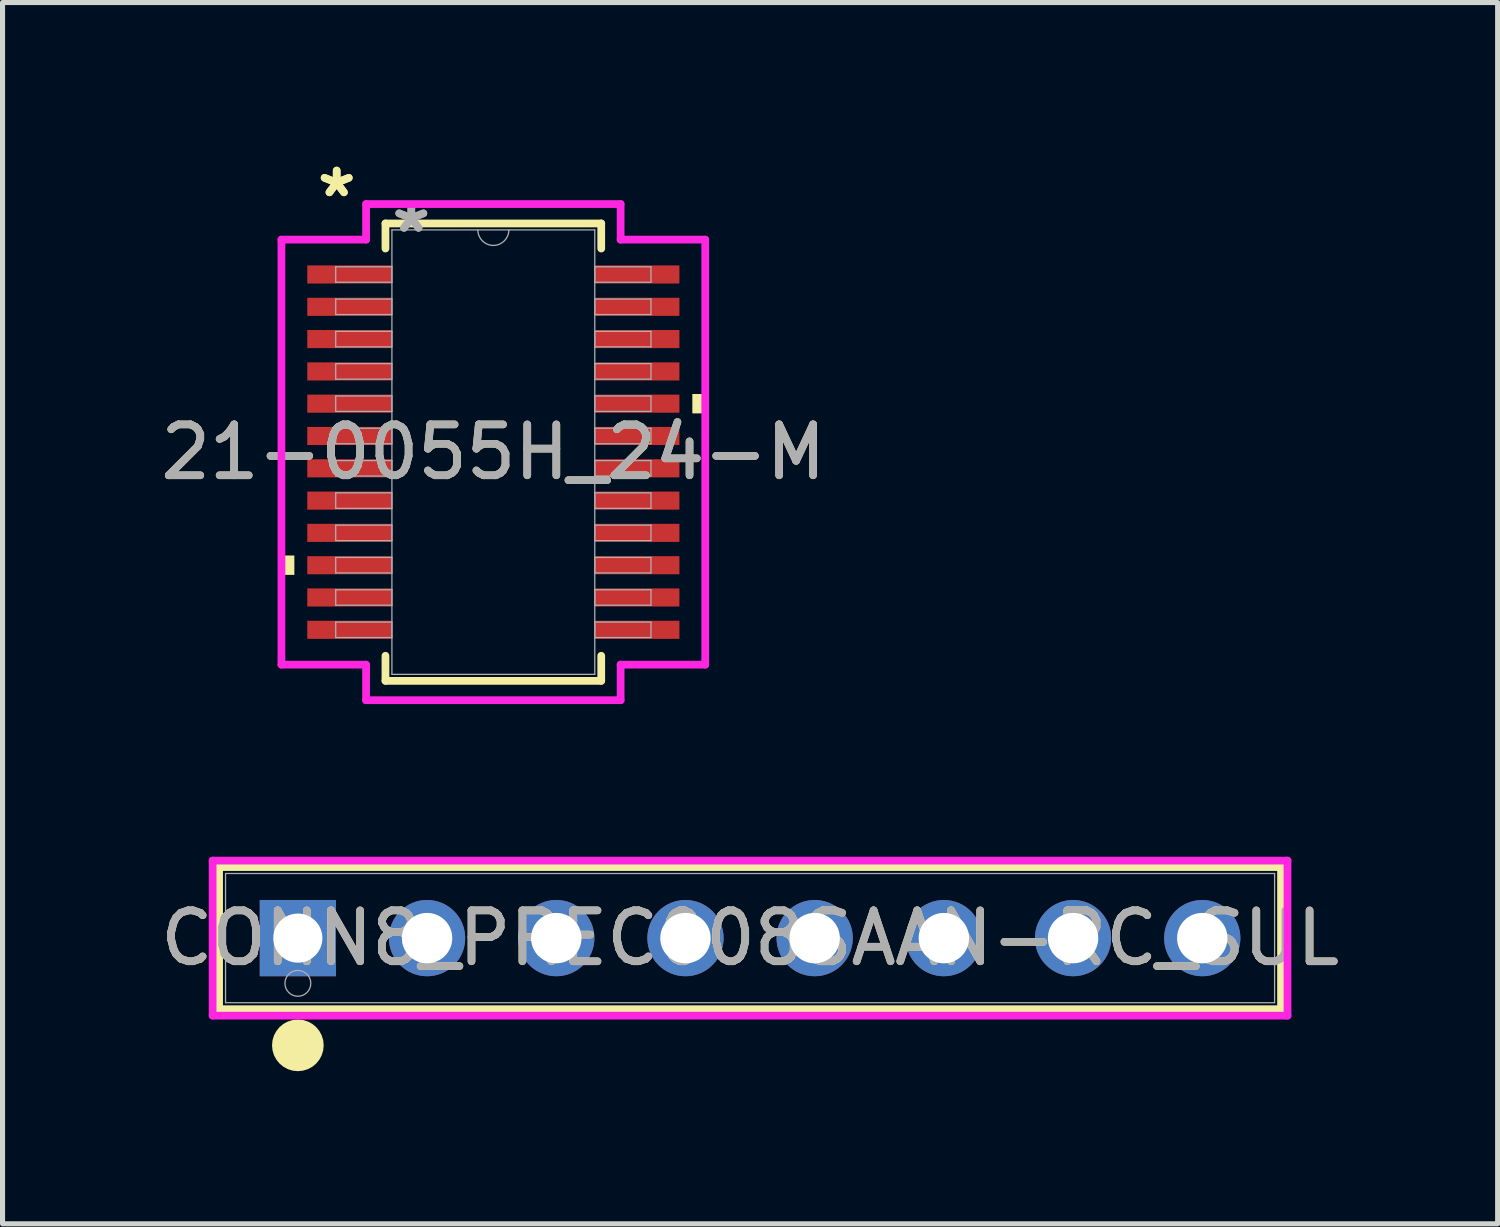
<source format=kicad_pcb>
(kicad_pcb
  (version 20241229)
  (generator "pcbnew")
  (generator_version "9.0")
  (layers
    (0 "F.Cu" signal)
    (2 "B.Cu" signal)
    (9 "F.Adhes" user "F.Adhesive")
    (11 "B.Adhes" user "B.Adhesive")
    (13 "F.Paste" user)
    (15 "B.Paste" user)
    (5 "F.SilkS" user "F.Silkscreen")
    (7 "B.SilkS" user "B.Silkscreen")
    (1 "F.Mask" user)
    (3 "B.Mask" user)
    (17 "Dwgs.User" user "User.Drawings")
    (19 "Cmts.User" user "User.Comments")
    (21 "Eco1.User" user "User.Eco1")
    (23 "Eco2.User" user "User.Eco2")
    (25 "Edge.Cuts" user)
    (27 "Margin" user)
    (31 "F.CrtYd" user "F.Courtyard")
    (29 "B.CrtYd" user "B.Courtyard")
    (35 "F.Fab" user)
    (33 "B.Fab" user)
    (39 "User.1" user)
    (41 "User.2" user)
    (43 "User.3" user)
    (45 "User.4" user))
  (footprint "21-0055H_24-M"
    (layer "F.Cu")
    (at 6.649 5.839)
    (property "Reference" "21-0055H_24-M" (at 0 0 0) (unlocked yes) (layer "F.SilkS") (effects (font (size 1 1) (thickness 0.15))))
    (attr smd)
    (fp_line (start -2.121 -4.496) (end -2.121 -4.003) (stroke (width 0.152) (type solid)) (layer "F.SilkS"))
    (fp_line (start -2.121 4.003) (end -2.121 4.496) (stroke (width 0.152) (type solid)) (layer "F.SilkS"))
    (fp_line (start -2.121 4.496) (end 2.121 4.496) (stroke (width 0.152) (type solid)) (layer "F.SilkS"))
    (fp_line (start 2.121 -4.496) (end -2.121 -4.496) (stroke (width 0.152) (type solid)) (layer "F.SilkS"))
    (fp_line (start 2.121 -4.003) (end 2.121 -4.496) (stroke (width 0.152) (type solid)) (layer "F.SilkS"))
    (fp_line (start 2.121 4.496) (end 2.121 4.003) (stroke (width 0.152) (type solid)) (layer "F.SilkS"))
    (fp_poly (pts (xy -4.166 2.032) (xy -4.166 2.413) (xy -3.912 2.413) (xy -3.912 2.032)) (stroke (width 0) (type solid)) (fill yes) (layer "F.SilkS"))
    (fp_poly (pts (xy 4.166 -1.143) (xy 4.166 -0.762) (xy 3.912 -0.762) (xy 3.912 -1.143)) (stroke (width 0) (type solid)) (fill yes) (layer "F.SilkS"))
    (fp_line (start -4.166 -4.178) (end -2.502 -4.178) (stroke (width 0.152) (type solid)) (layer "F.CrtYd"))
    (fp_line (start -4.166 4.178) (end -4.166 -4.178) (stroke (width 0.152) (type solid)) (layer "F.CrtYd"))
    (fp_line (start -4.166 4.178) (end -2.502 4.178) (stroke (width 0.152) (type solid)) (layer "F.CrtYd"))
    (fp_line (start -2.502 -4.877) (end 2.502 -4.877) (stroke (width 0.152) (type solid)) (layer "F.CrtYd"))
    (fp_line (start -2.502 -4.178) (end -2.502 -4.877) (stroke (width 0.152) (type solid)) (layer "F.CrtYd"))
    (fp_line (start -2.502 4.877) (end -2.502 4.178) (stroke (width 0.152) (type solid)) (layer "F.CrtYd"))
    (fp_line (start 2.502 -4.877) (end 2.502 -4.178) (stroke (width 0.152) (type solid)) (layer "F.CrtYd"))
    (fp_line (start 2.502 4.178) (end 2.502 4.877) (stroke (width 0.152) (type solid)) (layer "F.CrtYd"))
    (fp_line (start 2.502 4.877) (end -2.502 4.877) (stroke (width 0.152) (type solid)) (layer "F.CrtYd"))
    (fp_line (start 4.166 -4.178) (end 2.502 -4.178) (stroke (width 0.152) (type solid)) (layer "F.CrtYd"))
    (fp_line (start 4.166 -4.178) (end 4.166 4.178) (stroke (width 0.152) (type solid)) (layer "F.CrtYd"))
    (fp_line (start 4.166 4.178) (end 2.502 4.178) (stroke (width 0.152) (type solid)) (layer "F.CrtYd"))
    (fp_line (start -3.099 -3.645) (end -3.099 -3.34) (stroke (width 0.025) (type solid)) (layer "F.Fab"))
    (fp_line (start -3.099 -3.34) (end -1.994 -3.34) (stroke (width 0.025) (type solid)) (layer "F.Fab"))
    (fp_line (start -3.099 -3.01) (end -3.099 -2.705) (stroke (width 0.025) (type solid)) (layer "F.Fab"))
    (fp_line (start -3.099 -2.705) (end -1.994 -2.705) (stroke (width 0.025) (type solid)) (layer "F.Fab"))
    (fp_line (start -3.099 -2.375) (end -3.099 -2.07) (stroke (width 0.025) (type solid)) (layer "F.Fab"))
    (fp_line (start -3.099 -2.07) (end -1.994 -2.07) (stroke (width 0.025) (type solid)) (layer "F.Fab"))
    (fp_line (start -3.099 -1.74) (end -3.099 -1.435) (stroke (width 0.025) (type solid)) (layer "F.Fab"))
    (fp_line (start -3.099 -1.435) (end -1.994 -1.435) (stroke (width 0.025) (type solid)) (layer "F.Fab"))
    (fp_line (start -3.099 -1.105) (end -3.099 -0.8) (stroke (width 0.025) (type solid)) (layer "F.Fab"))
    (fp_line (start -3.099 -0.8) (end -1.994 -0.8) (stroke (width 0.025) (type solid)) (layer "F.Fab"))
    (fp_line (start -3.099 -0.47) (end -3.099 -0.165) (stroke (width 0.025) (type solid)) (layer "F.Fab"))
    (fp_line (start -3.099 -0.165) (end -1.994 -0.165) (stroke (width 0.025) (type solid)) (layer "F.Fab"))
    (fp_line (start -3.099 0.165) (end -3.099 0.47) (stroke (width 0.025) (type solid)) (layer "F.Fab"))
    (fp_line (start -3.099 0.47) (end -1.994 0.47) (stroke (width 0.025) (type solid)) (layer "F.Fab"))
    (fp_line (start -3.099 0.8) (end -3.099 1.105) (stroke (width 0.025) (type solid)) (layer "F.Fab"))
    (fp_line (start -3.099 1.105) (end -1.994 1.105) (stroke (width 0.025) (type solid)) (layer "F.Fab"))
    (fp_line (start -3.099 1.435) (end -3.099 1.74) (stroke (width 0.025) (type solid)) (layer "F.Fab"))
    (fp_line (start -3.099 1.74) (end -1.994 1.74) (stroke (width 0.025) (type solid)) (layer "F.Fab"))
    (fp_line (start -3.099 2.07) (end -3.099 2.375) (stroke (width 0.025) (type solid)) (layer "F.Fab"))
    (fp_line (start -3.099 2.375) (end -1.994 2.375) (stroke (width 0.025) (type solid)) (layer "F.Fab"))
    (fp_line (start -3.099 2.705) (end -3.099 3.01) (stroke (width 0.025) (type solid)) (layer "F.Fab"))
    (fp_line (start -3.099 3.01) (end -1.994 3.01) (stroke (width 0.025) (type solid)) (layer "F.Fab"))
    (fp_line (start -3.099 3.34) (end -3.099 3.645) (stroke (width 0.025) (type solid)) (layer "F.Fab"))
    (fp_line (start -3.099 3.645) (end -1.994 3.645) (stroke (width 0.025) (type solid)) (layer "F.Fab"))
    (fp_line (start -1.994 -4.369) (end -1.994 4.369) (stroke (width 0.025) (type solid)) (layer "F.Fab"))
    (fp_line (start -1.994 -3.645) (end -3.099 -3.645) (stroke (width 0.025) (type solid)) (layer "F.Fab"))
    (fp_line (start -1.994 -3.34) (end -1.994 -3.645) (stroke (width 0.025) (type solid)) (layer "F.Fab"))
    (fp_line (start -1.994 -3.01) (end -3.099 -3.01) (stroke (width 0.025) (type solid)) (layer "F.Fab"))
    (fp_line (start -1.994 -2.705) (end -1.994 -3.01) (stroke (width 0.025) (type solid)) (layer "F.Fab"))
    (fp_line (start -1.994 -2.375) (end -3.099 -2.375) (stroke (width 0.025) (type solid)) (layer "F.Fab"))
    (fp_line (start -1.994 -2.07) (end -1.994 -2.375) (stroke (width 0.025) (type solid)) (layer "F.Fab"))
    (fp_line (start -1.994 -1.74) (end -3.099 -1.74) (stroke (width 0.025) (type solid)) (layer "F.Fab"))
    (fp_line (start -1.994 -1.435) (end -1.994 -1.74) (stroke (width 0.025) (type solid)) (layer "F.Fab"))
    (fp_line (start -1.994 -1.105) (end -3.099 -1.105) (stroke (width 0.025) (type solid)) (layer "F.Fab"))
    (fp_line (start -1.994 -0.8) (end -1.994 -1.105) (stroke (width 0.025) (type solid)) (layer "F.Fab"))
    (fp_line (start -1.994 -0.47) (end -3.099 -0.47) (stroke (width 0.025) (type solid)) (layer "F.Fab"))
    (fp_line (start -1.994 -0.165) (end -1.994 -0.47) (stroke (width 0.025) (type solid)) (layer "F.Fab"))
    (fp_line (start -1.994 0.165) (end -3.099 0.165) (stroke (width 0.025) (type solid)) (layer "F.Fab"))
    (fp_line (start -1.994 0.47) (end -1.994 0.165) (stroke (width 0.025) (type solid)) (layer "F.Fab"))
    (fp_line (start -1.994 0.8) (end -3.099 0.8) (stroke (width 0.025) (type solid)) (layer "F.Fab"))
    (fp_line (start -1.994 1.105) (end -1.994 0.8) (stroke (width 0.025) (type solid)) (layer "F.Fab"))
    (fp_line (start -1.994 1.435) (end -3.099 1.435) (stroke (width 0.025) (type solid)) (layer "F.Fab"))
    (fp_line (start -1.994 1.74) (end -1.994 1.435) (stroke (width 0.025) (type solid)) (layer "F.Fab"))
    (fp_line (start -1.994 2.07) (end -3.099 2.07) (stroke (width 0.025) (type solid)) (layer "F.Fab"))
    (fp_line (start -1.994 2.375) (end -1.994 2.07) (stroke (width 0.025) (type solid)) (layer "F.Fab"))
    (fp_line (start -1.994 2.705) (end -3.099 2.705) (stroke (width 0.025) (type solid)) (layer "F.Fab"))
    (fp_line (start -1.994 3.01) (end -1.994 2.705) (stroke (width 0.025) (type solid)) (layer "F.Fab"))
    (fp_line (start -1.994 3.34) (end -3.099 3.34) (stroke (width 0.025) (type solid)) (layer "F.Fab"))
    (fp_line (start -1.994 3.645) (end -1.994 3.34) (stroke (width 0.025) (type solid)) (layer "F.Fab"))
    (fp_line (start -1.994 4.369) (end 1.994 4.369) (stroke (width 0.025) (type solid)) (layer "F.Fab"))
    (fp_line (start 1.994 -4.369) (end -1.994 -4.369) (stroke (width 0.025) (type solid)) (layer "F.Fab"))
    (fp_line (start 1.994 -3.645) (end 1.994 -3.34) (stroke (width 0.025) (type solid)) (layer "F.Fab"))
    (fp_line (start 1.994 -3.34) (end 3.099 -3.34) (stroke (width 0.025) (type solid)) (layer "F.Fab"))
    (fp_line (start 1.994 -3.01) (end 1.994 -2.705) (stroke (width 0.025) (type solid)) (layer "F.Fab"))
    (fp_line (start 1.994 -2.705) (end 3.099 -2.705) (stroke (width 0.025) (type solid)) (layer "F.Fab"))
    (fp_line (start 1.994 -2.375) (end 1.994 -2.07) (stroke (width 0.025) (type solid)) (layer "F.Fab"))
    (fp_line (start 1.994 -2.07) (end 3.099 -2.07) (stroke (width 0.025) (type solid)) (layer "F.Fab"))
    (fp_line (start 1.994 -1.74) (end 1.994 -1.435) (stroke (width 0.025) (type solid)) (layer "F.Fab"))
    (fp_line (start 1.994 -1.435) (end 3.099 -1.435) (stroke (width 0.025) (type solid)) (layer "F.Fab"))
    (fp_line (start 1.994 -1.105) (end 1.994 -0.8) (stroke (width 0.025) (type solid)) (layer "F.Fab"))
    (fp_line (start 1.994 -0.8) (end 3.099 -0.8) (stroke (width 0.025) (type solid)) (layer "F.Fab"))
    (fp_line (start 1.994 -0.47) (end 1.994 -0.165) (stroke (width 0.025) (type solid)) (layer "F.Fab"))
    (fp_line (start 1.994 -0.165) (end 3.099 -0.165) (stroke (width 0.025) (type solid)) (layer "F.Fab"))
    (fp_line (start 1.994 0.165) (end 1.994 0.47) (stroke (width 0.025) (type solid)) (layer "F.Fab"))
    (fp_line (start 1.994 0.47) (end 3.099 0.47) (stroke (width 0.025) (type solid)) (layer "F.Fab"))
    (fp_line (start 1.994 0.8) (end 1.994 1.105) (stroke (width 0.025) (type solid)) (layer "F.Fab"))
    (fp_line (start 1.994 1.105) (end 3.099 1.105) (stroke (width 0.025) (type solid)) (layer "F.Fab"))
    (fp_line (start 1.994 1.435) (end 1.994 1.74) (stroke (width 0.025) (type solid)) (layer "F.Fab"))
    (fp_line (start 1.994 1.74) (end 3.099 1.74) (stroke (width 0.025) (type solid)) (layer "F.Fab"))
    (fp_line (start 1.994 2.07) (end 1.994 2.375) (stroke (width 0.025) (type solid)) (layer "F.Fab"))
    (fp_line (start 1.994 2.375) (end 3.099 2.375) (stroke (width 0.025) (type solid)) (layer "F.Fab"))
    (fp_line (start 1.994 2.705) (end 1.994 3.01) (stroke (width 0.025) (type solid)) (layer "F.Fab"))
    (fp_line (start 1.994 3.01) (end 3.099 3.01) (stroke (width 0.025) (type solid)) (layer "F.Fab"))
    (fp_line (start 1.994 3.34) (end 1.994 3.645) (stroke (width 0.025) (type solid)) (layer "F.Fab"))
    (fp_line (start 1.994 3.645) (end 3.099 3.645) (stroke (width 0.025) (type solid)) (layer "F.Fab"))
    (fp_line (start 1.994 4.369) (end 1.994 -4.369) (stroke (width 0.025) (type solid)) (layer "F.Fab"))
    (fp_line (start 3.099 -3.645) (end 1.994 -3.645) (stroke (width 0.025) (type solid)) (layer "F.Fab"))
    (fp_line (start 3.099 -3.34) (end 3.099 -3.645) (stroke (width 0.025) (type solid)) (layer "F.Fab"))
    (fp_line (start 3.099 -3.01) (end 1.994 -3.01) (stroke (width 0.025) (type solid)) (layer "F.Fab"))
    (fp_line (start 3.099 -2.705) (end 3.099 -3.01) (stroke (width 0.025) (type solid)) (layer "F.Fab"))
    (fp_line (start 3.099 -2.375) (end 1.994 -2.375) (stroke (width 0.025) (type solid)) (layer "F.Fab"))
    (fp_line (start 3.099 -2.07) (end 3.099 -2.375) (stroke (width 0.025) (type solid)) (layer "F.Fab"))
    (fp_line (start 3.099 -1.74) (end 1.994 -1.74) (stroke (width 0.025) (type solid)) (layer "F.Fab"))
    (fp_line (start 3.099 -1.435) (end 3.099 -1.74) (stroke (width 0.025) (type solid)) (layer "F.Fab"))
    (fp_line (start 3.099 -1.105) (end 1.994 -1.105) (stroke (width 0.025) (type solid)) (layer "F.Fab"))
    (fp_line (start 3.099 -0.8) (end 3.099 -1.105) (stroke (width 0.025) (type solid)) (layer "F.Fab"))
    (fp_line (start 3.099 -0.47) (end 1.994 -0.47) (stroke (width 0.025) (type solid)) (layer "F.Fab"))
    (fp_line (start 3.099 -0.165) (end 3.099 -0.47) (stroke (width 0.025) (type solid)) (layer "F.Fab"))
    (fp_line (start 3.099 0.165) (end 1.994 0.165) (stroke (width 0.025) (type solid)) (layer "F.Fab"))
    (fp_line (start 3.099 0.47) (end 3.099 0.165) (stroke (width 0.025) (type solid)) (layer "F.Fab"))
    (fp_line (start 3.099 0.8) (end 1.994 0.8) (stroke (width 0.025) (type solid)) (layer "F.Fab"))
    (fp_line (start 3.099 1.105) (end 3.099 0.8) (stroke (width 0.025) (type solid)) (layer "F.Fab"))
    (fp_line (start 3.099 1.435) (end 1.994 1.435) (stroke (width 0.025) (type solid)) (layer "F.Fab"))
    (fp_line (start 3.099 1.74) (end 3.099 1.435) (stroke (width 0.025) (type solid)) (layer "F.Fab"))
    (fp_line (start 3.099 2.07) (end 1.994 2.07) (stroke (width 0.025) (type solid)) (layer "F.Fab"))
    (fp_line (start 3.099 2.375) (end 3.099 2.07) (stroke (width 0.025) (type solid)) (layer "F.Fab"))
    (fp_line (start 3.099 2.705) (end 1.994 2.705) (stroke (width 0.025) (type solid)) (layer "F.Fab"))
    (fp_line (start 3.099 3.01) (end 3.099 2.705) (stroke (width 0.025) (type solid)) (layer "F.Fab"))
    (fp_line (start 3.099 3.34) (end 1.994 3.34) (stroke (width 0.025) (type solid)) (layer "F.Fab"))
    (fp_line (start 3.099 3.645) (end 3.099 3.34) (stroke (width 0.025) (type solid)) (layer "F.Fab"))
    (fp_arc (start 0.3048 -4.3688) (mid 0 -4.064) (end -0.3048 -4.3688) (stroke (width 0.0254) (type solid)) (layer "F.Fab"))
    (fp_text user "*" (at -3.08 -4.991 0) (unlocked yes) (layer "F.SilkS") (effects (font (size 1 1) (thickness 0.15))))
    (fp_text user "*" (at -3.08 -4.991 0) (layer "F.SilkS") (effects (font (size 1 1) (thickness 0.15))))
    (fp_text user "*" (at -1.613 -4.293 0) (unlocked yes) (layer "F.Fab") (effects (font (size 1 1) (thickness 0.15))))
    (fp_text user "${REFERENCE}" (at 0 0 0) (unlocked yes) (layer "F.Fab") (effects (font (size 1 1) (thickness 0.15))))
    (fp_text user "*" (at -1.613 -4.293 0) (layer "F.Fab") (effects (font (size 1 1) (thickness 0.15))))
    (pad "1" smd rect (at -2.826 -3.493) (size 1.664 0.356) (layers "F.Cu" "F.Mask" "F.Paste"))
    (pad "2" smd rect (at -2.826 -2.857) (size 1.664 0.356) (layers "F.Cu" "F.Mask" "F.Paste"))
    (pad "3" smd rect (at -2.826 -2.223) (size 1.664 0.356) (layers "F.Cu" "F.Mask" "F.Paste"))
    (pad "4" smd rect (at -2.826 -1.587) (size 1.664 0.356) (layers "F.Cu" "F.Mask" "F.Paste"))
    (pad "5" smd rect (at -2.826 -0.953) (size 1.664 0.356) (layers "F.Cu" "F.Mask" "F.Paste"))
    (pad "6" smd rect (at -2.826 -0.318) (size 1.664 0.356) (layers "F.Cu" "F.Mask" "F.Paste"))
    (pad "7" smd rect (at -2.826 0.318) (size 1.664 0.356) (layers "F.Cu" "F.Mask" "F.Paste"))
    (pad "8" smd rect (at -2.826 0.953) (size 1.664 0.356) (layers "F.Cu" "F.Mask" "F.Paste"))
    (pad "9" smd rect (at -2.826 1.587) (size 1.664 0.356) (layers "F.Cu" "F.Mask" "F.Paste"))
    (pad "10" smd rect (at -2.826 2.223) (size 1.664 0.356) (layers "F.Cu" "F.Mask" "F.Paste"))
    (pad "11" smd rect (at -2.826 2.857) (size 1.664 0.356) (layers "F.Cu" "F.Mask" "F.Paste"))
    (pad "12" smd rect (at -2.826 3.493) (size 1.664 0.356) (layers "F.Cu" "F.Mask" "F.Paste"))
    (pad "13" smd rect (at 2.826 3.493) (size 1.664 0.356) (layers "F.Cu" "F.Mask" "F.Paste"))
    (pad "14" smd rect (at 2.826 2.857) (size 1.664 0.356) (layers "F.Cu" "F.Mask" "F.Paste"))
    (pad "15" smd rect (at 2.826 2.223) (size 1.664 0.356) (layers "F.Cu" "F.Mask" "F.Paste"))
    (pad "16" smd rect (at 2.826 1.587) (size 1.664 0.356) (layers "F.Cu" "F.Mask" "F.Paste"))
    (pad "17" smd rect (at 2.826 0.953) (size 1.664 0.356) (layers "F.Cu" "F.Mask" "F.Paste"))
    (pad "18" smd rect (at 2.826 0.318) (size 1.664 0.356) (layers "F.Cu" "F.Mask" "F.Paste"))
    (pad "19" smd rect (at 2.826 -0.318) (size 1.664 0.356) (layers "F.Cu" "F.Mask" "F.Paste"))
    (pad "20" smd rect (at 2.826 -0.953) (size 1.664 0.356) (layers "F.Cu" "F.Mask" "F.Paste"))
    (pad "21" smd rect (at 2.826 -1.587) (size 1.664 0.356) (layers "F.Cu" "F.Mask" "F.Paste"))
    (pad "22" smd rect (at 2.826 -2.223) (size 1.664 0.356) (layers "F.Cu" "F.Mask" "F.Paste"))
    (pad "23" smd rect (at 2.826 -2.857) (size 1.664 0.356) (layers "F.Cu" "F.Mask" "F.Paste"))
    (pad "24" smd rect (at 2.826 -3.493) (size 1.664 0.356) (layers "F.Cu" "F.Mask" "F.Paste")))
  (footprint "CONN8_PREC008SAAN-RC_SUL"
    (layer "F.Cu")
    (at 2.806 15.393)
    (property "Reference" "CONN8_PREC008SAAN-RC_SUL" (at 8.89 0 0) (unlocked yes) (layer "F.SilkS") (effects (font (size 1 1) (thickness 0.15))))
    (attr through_hole)
    (fp_line (start -1.549 -1.397) (end -1.549 1.397) (stroke (width 0.152) (type solid)) (layer "F.SilkS"))
    (fp_line (start -1.549 1.397) (end 19.329 1.397) (stroke (width 0.152) (type solid)) (layer "F.SilkS"))
    (fp_line (start 19.329 -1.397) (end -1.549 -1.397) (stroke (width 0.152) (type solid)) (layer "F.SilkS"))
    (fp_line (start 19.329 1.397) (end 19.329 -1.397) (stroke (width 0.152) (type solid)) (layer "F.SilkS"))
    (fp_circle (center 0 2.108) (end 0.254 2.108) (stroke (width 0.508) (type solid)) (fill no) (layer "F.SilkS"))
    (fp_line (start -1.676 -1.524) (end -1.676 1.524) (stroke (width 0.152) (type solid)) (layer "F.CrtYd"))
    (fp_line (start -1.676 1.524) (end 19.456 1.524) (stroke (width 0.152) (type solid)) (layer "F.CrtYd"))
    (fp_line (start 19.456 -1.524) (end -1.676 -1.524) (stroke (width 0.152) (type solid)) (layer "F.CrtYd"))
    (fp_line (start 19.456 1.524) (end 19.456 -1.524) (stroke (width 0.152) (type solid)) (layer "F.CrtYd"))
    (fp_line (start -1.422 -1.27) (end -1.422 1.27) (stroke (width 0.025) (type solid)) (layer "F.Fab"))
    (fp_line (start -1.422 1.27) (end 19.202 1.27) (stroke (width 0.025) (type solid)) (layer "F.Fab"))
    (fp_line (start 19.202 -1.27) (end -1.422 -1.27) (stroke (width 0.025) (type solid)) (layer "F.Fab"))
    (fp_line (start 19.202 1.27) (end 19.202 -1.27) (stroke (width 0.025) (type solid)) (layer "F.Fab"))
    (fp_circle (center 0 0.889) (end 0.254 0.889) (stroke (width 0.025) (type solid)) (fill no) (layer "F.Fab"))
    (fp_text user "${REFERENCE}" (at 8.89 0 0) (unlocked yes) (layer "F.Fab") (effects (font (size 1 1) (thickness 0.15))))
    (pad "1" thru_hole rect (at 0 0) (size 1.499 1.499) (drill 0.965) (layers "*.Cu" "*.Mask"))
    (pad "2" thru_hole circle (at 2.54 0) (size 1.499 1.499) (drill 0.991) (layers "*.Cu" "*.Mask"))
    (pad "3" thru_hole circle (at 5.08 0) (size 1.499 1.499) (drill 0.991) (layers "*.Cu" "*.Mask"))
    (pad "4" thru_hole circle (at 7.62 0) (size 1.499 1.499) (drill 0.991) (layers "*.Cu" "*.Mask"))
    (pad "5" thru_hole circle (at 10.16 0) (size 1.499 1.499) (drill 0.991) (layers "*.Cu" "*.Mask"))
    (pad "6" thru_hole circle (at 12.7 0) (size 1.499 1.499) (drill 0.991) (layers "*.Cu" "*.Mask"))
    (pad "7" thru_hole circle (at 15.24 0) (size 1.499 1.499) (drill 0.991) (layers "*.Cu" "*.Mask"))
    (pad "8" thru_hole circle (at 17.78 0) (size 1.499 1.499) (drill 0.991) (layers "*.Cu" "*.Mask")))
  (gr_rect
    (start -3 -3)
    (end 26.393 21.009)
    (stroke (width 0.1) (type default))
    (fill no)
    (layer "Edge.Cuts")))
</source>
